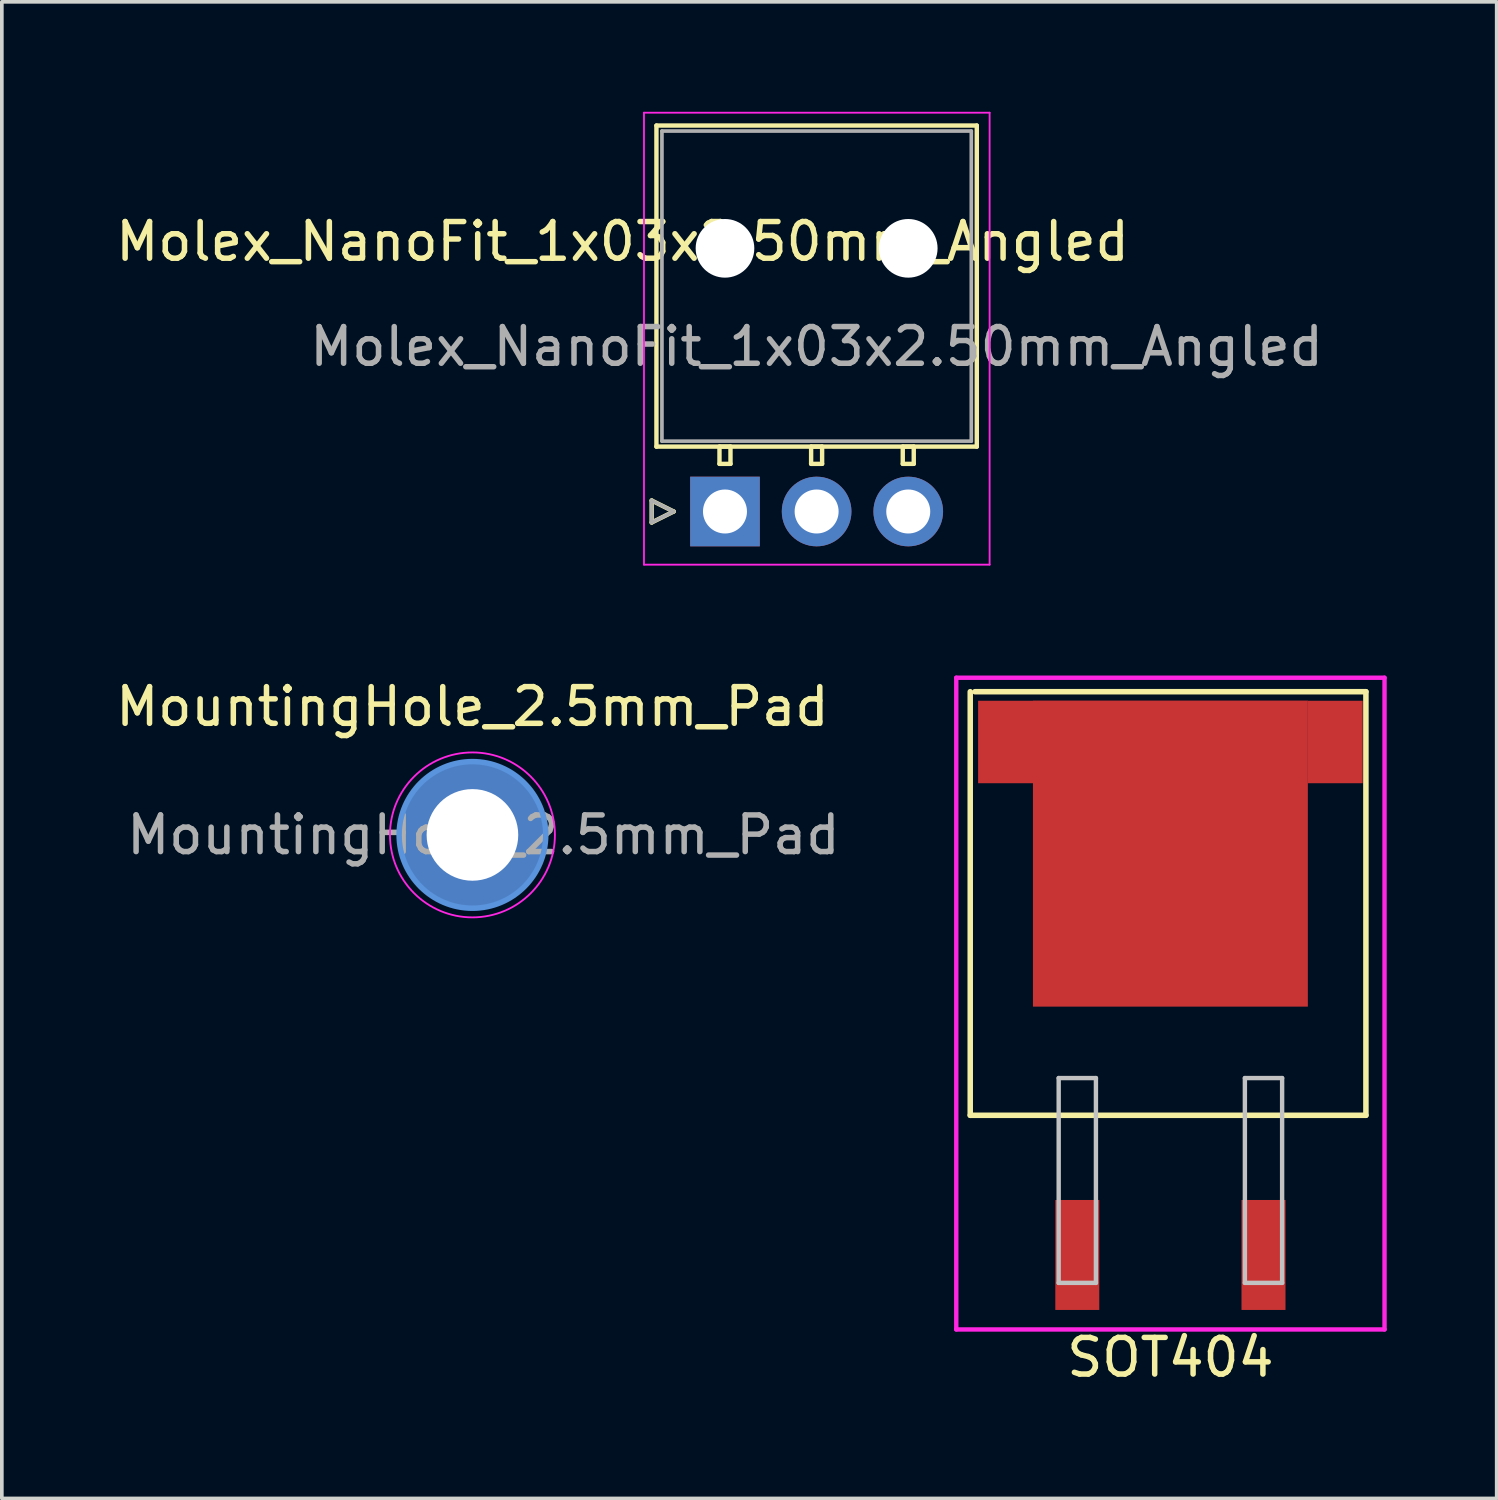
<source format=kicad_pcb>
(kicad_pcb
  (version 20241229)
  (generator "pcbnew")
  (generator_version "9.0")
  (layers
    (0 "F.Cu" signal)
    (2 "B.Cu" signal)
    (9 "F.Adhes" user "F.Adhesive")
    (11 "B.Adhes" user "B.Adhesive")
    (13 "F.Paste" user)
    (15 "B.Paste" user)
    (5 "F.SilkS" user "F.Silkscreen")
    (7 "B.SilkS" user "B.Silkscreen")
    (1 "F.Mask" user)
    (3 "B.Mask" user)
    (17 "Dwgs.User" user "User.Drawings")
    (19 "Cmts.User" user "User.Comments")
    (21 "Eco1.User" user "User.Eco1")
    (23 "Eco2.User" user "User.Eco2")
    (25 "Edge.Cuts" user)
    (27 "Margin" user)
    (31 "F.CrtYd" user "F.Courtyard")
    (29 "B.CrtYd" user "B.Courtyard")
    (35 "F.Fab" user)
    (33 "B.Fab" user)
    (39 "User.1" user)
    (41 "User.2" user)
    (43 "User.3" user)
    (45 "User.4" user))
  (footprint "MountingHole_2.5mm_Pad"
    (layer "F.Cu")
    (at 9.839 19.728)
    (property "Reference" "MountingHole_2.5mm_Pad" (at 0 -3.5 0) (layer "F.SilkS") (effects (font (size 1 1) (thickness 0.15))))
    (attr exclude_from_pos_files exclude_from_bom)
    (fp_circle (center 0 0) (end 2 0) (stroke (width 0.15) (type solid)) (fill no) (layer "Cmts.User"))
    (fp_circle (center 0 0) (end 2.25 0) (stroke (width 0.05) (type solid)) (fill no) (layer "F.CrtYd"))
    (fp_text user "${REFERENCE}" (at 0.3 0 0) (layer "F.Fab") (effects (font (size 1 1) (thickness 0.15))))
    (pad "1" thru_hole circle (at 0 0) (size 4 4) (drill 2.5) (layers "*.Cu" "*.Mask")))
  (footprint "SOT404"
    (layer "F.Cu")
    (at 28.881 24.838)
    (property "Reference" "SOT404" (at 0 9.144 0) (layer "F.SilkS") (effects (font (size 1 1) (thickness 0.15))))
    (attr through_hole)
    (fp_line (start -5.461 -9.017) (end -5.461 2.54) (stroke (width 0.15) (type solid)) (layer "F.SilkS"))
    (fp_line (start -5.461 2.54) (end 5.334 2.54) (stroke (width 0.15) (type solid)) (layer "F.SilkS"))
    (fp_line (start 5.334 -9.017) (end -5.334 -9.017) (stroke (width 0.15) (type solid)) (layer "F.SilkS"))
    (fp_line (start 5.334 2.54) (end 5.334 -9.017) (stroke (width 0.15) (type solid)) (layer "F.SilkS"))
    (fp_line (start -3.048 1.524) (end -3.048 7.112) (stroke (width 0.12) (type solid)) (layer "Dwgs.User"))
    (fp_line (start -3.048 7.112) (end -2.032 7.112) (stroke (width 0.12) (type solid)) (layer "Dwgs.User"))
    (fp_line (start -2.032 1.524) (end -3.048 1.524) (stroke (width 0.12) (type solid)) (layer "Dwgs.User"))
    (fp_line (start -2.032 7.112) (end -2.032 1.524) (stroke (width 0.12) (type solid)) (layer "Dwgs.User"))
    (fp_line (start 2.032 1.524) (end 2.032 7.112) (stroke (width 0.12) (type solid)) (layer "Dwgs.User"))
    (fp_line (start 2.032 7.112) (end 3.048 7.112) (stroke (width 0.12) (type solid)) (layer "Dwgs.User"))
    (fp_line (start 3.048 1.524) (end 2.032 1.524) (stroke (width 0.12) (type solid)) (layer "Dwgs.User"))
    (fp_line (start 3.048 7.112) (end 3.048 1.524) (stroke (width 0.12) (type solid)) (layer "Dwgs.User"))
    (fp_line (start -5.842 -9.398) (end 5.842 -9.398) (stroke (width 0.12) (type solid)) (layer "F.CrtYd"))
    (fp_line (start -5.842 8.382) (end -5.842 -9.398) (stroke (width 0.12) (type solid)) (layer "F.CrtYd"))
    (fp_line (start 5.842 -9.398) (end 5.842 8.382) (stroke (width 0.12) (type solid)) (layer "F.CrtYd"))
    (fp_line (start 5.842 8.382) (end -5.842 8.382) (stroke (width 0.12) (type solid)) (layer "F.CrtYd"))
    (pad "1" smd rect (at -2.54 6.35) (size 1.2 3) (layers "F.Cu" "F.Mask" "F.Paste"))
    (pad "2" smd rect (at -4.496 -7.645) (size 1.5 2.25) (layers "F.Cu" "F.Mask" "F.Paste"))
    (pad "2" smd rect (at 0 -4.6) (size 7.5 8.35) (layers "F.Cu" "F.Mask" "F.Paste"))
    (pad "2" smd rect (at 4.496 -7.645) (size 1.5 2.25) (layers "F.Cu" "F.Mask" "F.Paste"))
    (pad "3" smd rect (at 2.54 6.35) (size 1.2 3) (layers "F.Cu" "F.Mask" "F.Paste")))
  (footprint "Molex_NanoFit_1x03x2.50mm_Angled"
    (layer "F.Cu")
    (at 16.729 10.905)
    (property "Reference" "Molex_NanoFit_1x03x2.50mm_Angled" (at -2.794 -7.366 0) (layer "F.SilkS") (effects (font (size 1 1) (thickness 0.15))))
    (attr through_hole)
    (fp_line (start -2 -0.3) (end -1.4 0) (stroke (width 0.12) (type solid)) (layer "F.SilkS"))
    (fp_line (start -2 0.3) (end -2 -0.3) (stroke (width 0.12) (type solid)) (layer "F.SilkS"))
    (fp_line (start -1.87 -10.53) (end -1.87 -1.77) (stroke (width 0.12) (type solid)) (layer "F.SilkS"))
    (fp_line (start -1.87 -1.77) (end 6.87 -1.77) (stroke (width 0.12) (type solid)) (layer "F.SilkS"))
    (fp_line (start -1.4 0) (end -2 0.3) (stroke (width 0.12) (type solid)) (layer "F.SilkS"))
    (fp_line (start -0.15 -1.77) (end -0.15 -1.3) (stroke (width 0.12) (type solid)) (layer "F.SilkS"))
    (fp_line (start -0.15 -1.3) (end 0.15 -1.3) (stroke (width 0.12) (type solid)) (layer "F.SilkS"))
    (fp_line (start 0.15 -1.77) (end -0.15 -1.77) (stroke (width 0.12) (type solid)) (layer "F.SilkS"))
    (fp_line (start 0.15 -1.3) (end 0.15 -1.77) (stroke (width 0.12) (type solid)) (layer "F.SilkS"))
    (fp_line (start 2.35 -1.77) (end 2.35 -1.3) (stroke (width 0.12) (type solid)) (layer "F.SilkS"))
    (fp_line (start 2.35 -1.3) (end 2.65 -1.3) (stroke (width 0.12) (type solid)) (layer "F.SilkS"))
    (fp_line (start 2.65 -1.77) (end 2.35 -1.77) (stroke (width 0.12) (type solid)) (layer "F.SilkS"))
    (fp_line (start 2.65 -1.3) (end 2.65 -1.77) (stroke (width 0.12) (type solid)) (layer "F.SilkS"))
    (fp_line (start 4.85 -1.77) (end 4.85 -1.3) (stroke (width 0.12) (type solid)) (layer "F.SilkS"))
    (fp_line (start 4.85 -1.3) (end 5.15 -1.3) (stroke (width 0.12) (type solid)) (layer "F.SilkS"))
    (fp_line (start 5.15 -1.77) (end 4.85 -1.77) (stroke (width 0.12) (type solid)) (layer "F.SilkS"))
    (fp_line (start 5.15 -1.3) (end 5.15 -1.77) (stroke (width 0.12) (type solid)) (layer "F.SilkS"))
    (fp_line (start 6.87 -10.53) (end -1.87 -10.53) (stroke (width 0.12) (type solid)) (layer "F.SilkS"))
    (fp_line (start 6.87 -1.77) (end 6.87 -10.53) (stroke (width 0.12) (type solid)) (layer "F.SilkS"))
    (fp_line (start -2.21 -10.88) (end -2.21 1.45) (stroke (width 0.05) (type solid)) (layer "F.CrtYd"))
    (fp_line (start -2.21 1.45) (end 7.22 1.45) (stroke (width 0.05) (type solid)) (layer "F.CrtYd"))
    (fp_line (start 7.22 -10.88) (end -2.21 -10.88) (stroke (width 0.05) (type solid)) (layer "F.CrtYd"))
    (fp_line (start 7.22 1.45) (end 7.22 -10.88) (stroke (width 0.05) (type solid)) (layer "F.CrtYd"))
    (fp_line (start -2 -0.3) (end -1.4 0) (stroke (width 0.1) (type solid)) (layer "F.Fab"))
    (fp_line (start -2 0.3) (end -2 -0.3) (stroke (width 0.1) (type solid)) (layer "F.Fab"))
    (fp_line (start -1.72 -10.38) (end -1.72 -1.92) (stroke (width 0.1) (type solid)) (layer "F.Fab"))
    (fp_line (start -1.72 -1.92) (end 6.72 -1.92) (stroke (width 0.1) (type solid)) (layer "F.Fab"))
    (fp_line (start -1.4 0) (end -2 0.3) (stroke (width 0.1) (type solid)) (layer "F.Fab"))
    (fp_line (start 6.72 -10.38) (end -1.72 -10.38) (stroke (width 0.1) (type solid)) (layer "F.Fab"))
    (fp_line (start 6.72 -1.92) (end 6.72 -10.38) (stroke (width 0.1) (type solid)) (layer "F.Fab"))
    (fp_text user "${REFERENCE}" (at 2.5 -4.5 0) (layer "F.Fab") (effects (font (size 1 1) (thickness 0.15))))
    (pad "" np_thru_hole circle (at 0 -7.18) (size 1.6 1.6) (drill 1.6) (layers "*.Cu" "*.Mask"))
    (pad "" np_thru_hole circle (at 5 -7.18) (size 1.6 1.6) (drill 1.6) (layers "*.Cu" "*.Mask"))
    (pad "1" thru_hole rect (at 0 0) (size 1.9 1.9) (drill 1.2) (layers "*.Cu" "*.Mask"))
    (pad "2" thru_hole circle (at 2.5 0) (size 1.9 1.9) (drill 1.2) (layers "*.Cu" "*.Mask"))
    (pad "3" thru_hole circle (at 5 0) (size 1.9 1.9) (drill 1.2) (layers "*.Cu" "*.Mask")))
  (gr_rect
    (start -3 -3)
    (end 37.783 37.83)
    (stroke (width 0.1) (type default))
    (fill no)
    (layer "Edge.Cuts")))
</source>
